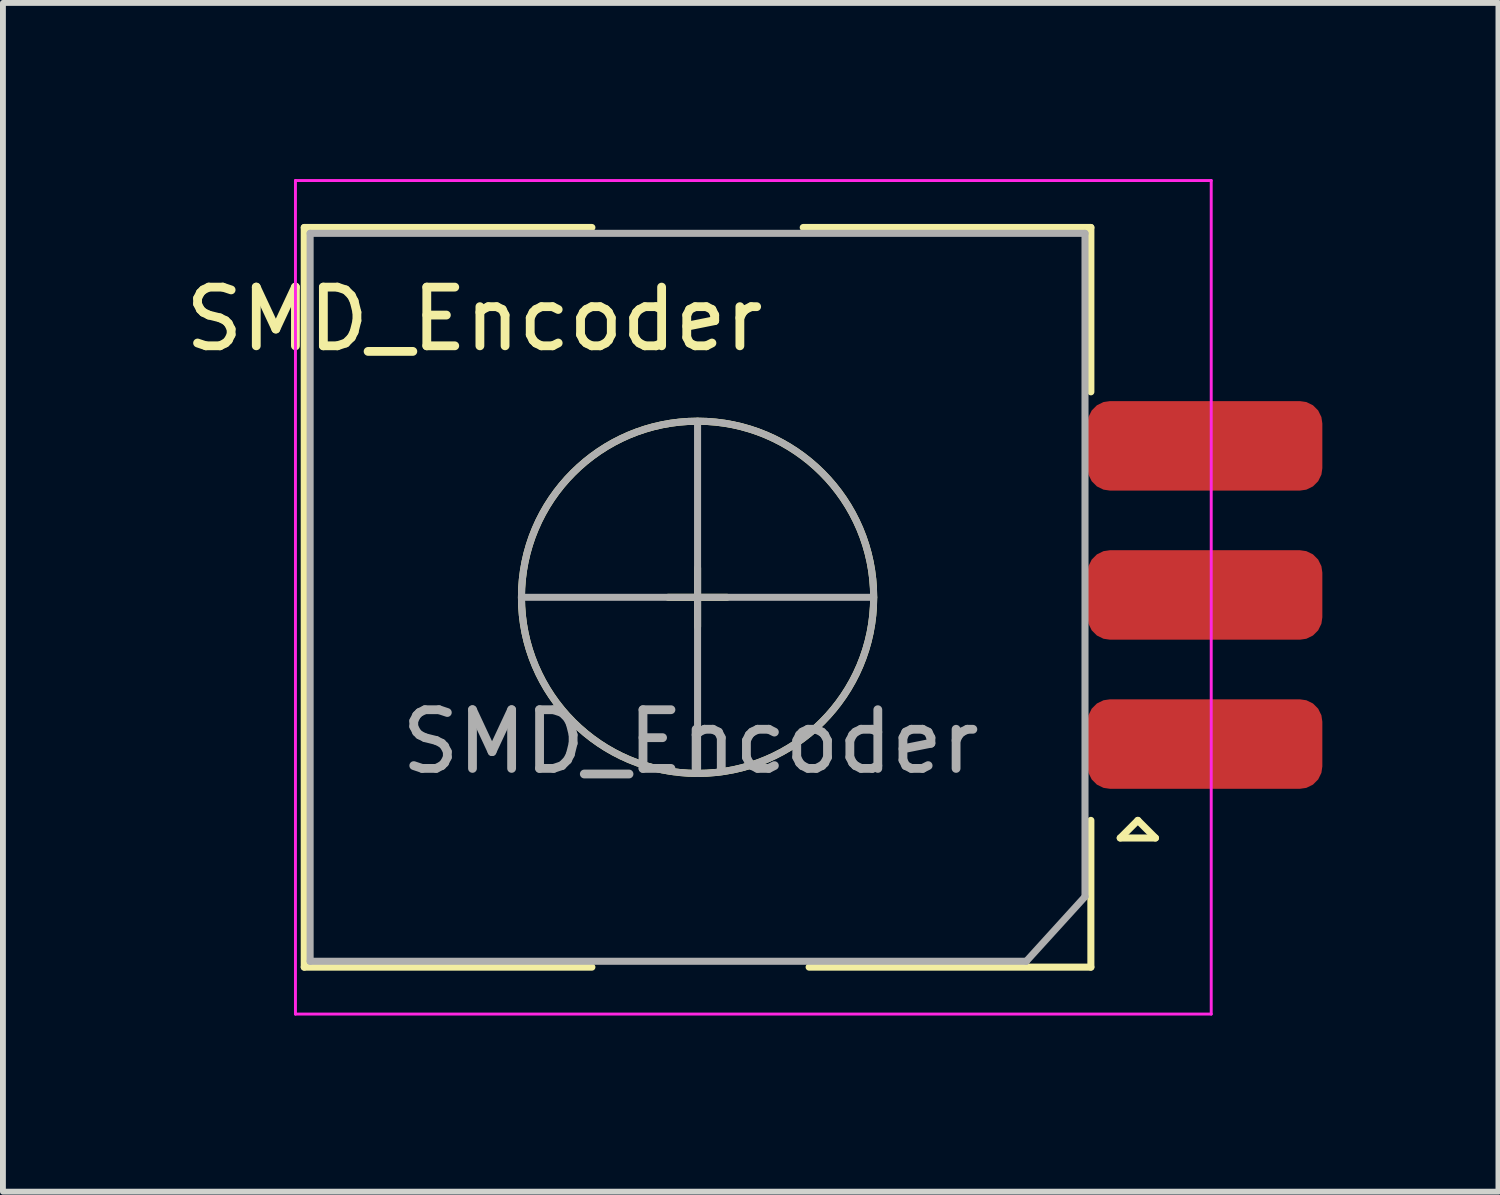
<source format=kicad_pcb>
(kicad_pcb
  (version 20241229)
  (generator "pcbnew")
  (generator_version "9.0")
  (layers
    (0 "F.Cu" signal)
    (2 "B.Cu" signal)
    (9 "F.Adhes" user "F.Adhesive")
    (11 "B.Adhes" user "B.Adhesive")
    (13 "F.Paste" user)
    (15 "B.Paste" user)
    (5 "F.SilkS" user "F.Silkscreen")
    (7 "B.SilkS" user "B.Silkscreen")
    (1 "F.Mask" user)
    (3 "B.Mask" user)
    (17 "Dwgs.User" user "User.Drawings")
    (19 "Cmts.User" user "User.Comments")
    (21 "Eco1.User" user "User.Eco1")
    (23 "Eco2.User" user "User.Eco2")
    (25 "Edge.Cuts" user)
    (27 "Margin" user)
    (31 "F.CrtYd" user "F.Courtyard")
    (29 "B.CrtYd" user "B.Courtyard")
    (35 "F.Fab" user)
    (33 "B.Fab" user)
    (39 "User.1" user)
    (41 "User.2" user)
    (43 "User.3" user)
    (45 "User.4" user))
  (footprint "SMD_Encoder"
    (layer "F.Cu")
    (at 8.713 7.085)
    (property "Reference" "SMD_Encoder" (at -3.683 -4.699 0) (unlocked yes) (layer "F.SilkS") (effects (font (size 1 1) (thickness 0.15))))
    (attr smd)
    (fp_line (start -6.58 -6.26) (end -1.68 -6.26) (stroke (width 0.12) (type solid)) (layer "F.SilkS"))
    (fp_line (start -6.58 6.34) (end -6.58 -6.26) (stroke (width 0.12) (type solid)) (layer "F.SilkS"))
    (fp_line (start -1.68 6.34) (end -6.58 6.34) (stroke (width 0.12) (type solid)) (layer "F.SilkS"))
    (fp_line (start 0.12 0.54) (end 0.12 -0.46) (stroke (width 0.12) (type solid)) (layer "F.SilkS"))
    (fp_line (start 0.62 0.04) (end -0.38 0.04) (stroke (width 0.12) (type solid)) (layer "F.SilkS"))
    (fp_line (start 1.92 -6.26) (end 6.82 -6.26) (stroke (width 0.12) (type solid)) (layer "F.SilkS"))
    (fp_line (start 2.02 6.34) (end 6.82 6.34) (stroke (width 0.12) (type solid)) (layer "F.SilkS"))
    (fp_line (start 6.82 -6.26) (end 6.82 -3.46) (stroke (width 0.12) (type solid)) (layer "F.SilkS"))
    (fp_line (start 6.82 6.34) (end 6.82 3.84) (stroke (width 0.12) (type solid)) (layer "F.SilkS"))
    (fp_line (start 7.32 4.14) (end 7.62 3.84) (stroke (width 0.12) (type solid)) (layer "F.SilkS"))
    (fp_line (start 7.62 3.84) (end 7.92 4.14) (stroke (width 0.12) (type solid)) (layer "F.SilkS"))
    (fp_line (start 7.92 4.14) (end 7.32 4.14) (stroke (width 0.12) (type solid)) (layer "F.SilkS"))
    (fp_circle (center 0.12 0.04) (end -2.88 0.04) (stroke (width 0.12) (type solid)) (fill no) (layer "F.SilkS"))
    (fp_line (start -6.73 -7.06) (end -6.73 7.14) (stroke (width 0.05) (type solid)) (layer "F.CrtYd"))
    (fp_line (start -6.73 -7.06) (end 8.87 -7.06) (stroke (width 0.05) (type solid)) (layer "F.CrtYd"))
    (fp_line (start 8.87 7.14) (end -6.73 7.14) (stroke (width 0.05) (type solid)) (layer "F.CrtYd"))
    (fp_line (start 8.87 7.14) (end 8.87 -7.06) (stroke (width 0.05) (type solid)) (layer "F.CrtYd"))
    (fp_line (start -6.48 -6.16) (end 6.72 -6.16) (stroke (width 0.12) (type solid)) (layer "F.Fab"))
    (fp_line (start -6.48 6.24) (end -6.48 -6.16) (stroke (width 0.12) (type solid)) (layer "F.Fab"))
    (fp_line (start 0.12 3.04) (end 0.12 -2.96) (stroke (width 0.12) (type solid)) (layer "F.Fab"))
    (fp_line (start 3.12 0.04) (end -2.88 0.04) (stroke (width 0.12) (type solid)) (layer "F.Fab"))
    (fp_line (start 5.72 6.24) (end -6.48 6.24) (stroke (width 0.12) (type solid)) (layer "F.Fab"))
    (fp_line (start 6.72 -6.16) (end 6.72 5.14) (stroke (width 0.12) (type solid)) (layer "F.Fab"))
    (fp_line (start 6.72 5.14) (end 5.72 6.24) (stroke (width 0.12) (type solid)) (layer "F.Fab"))
    (fp_circle (center 0.12 0.04) (end -2.88 0.04) (stroke (width 0.12) (type solid)) (fill no) (layer "F.Fab"))
    (fp_text user "${REFERENCE}" (at 0 2.5 0) (unlocked yes) (layer "F.Fab") (effects (font (size 1 1) (thickness 0.15))))
    (pad "A" smd roundrect (at 8.763 2.54) (size 4 1.524) (layers "F.Cu" "F.Mask" "F.Paste") (roundrect_rratio 0.25))
    (pad "B" smd roundrect (at 8.763 -2.54) (size 4 1.524) (layers "F.Cu" "F.Mask" "F.Paste") (roundrect_rratio 0.25))
    (pad "C" smd roundrect (at 8.763 0) (size 4 1.524) (layers "F.Cu" "F.Mask" "F.Paste") (roundrect_rratio 0.25)))
  (gr_rect
    (start -3 -3)
    (end 22.476 17.25)
    (stroke (width 0.1) (type default))
    (fill no)
    (layer "Edge.Cuts")))
</source>
